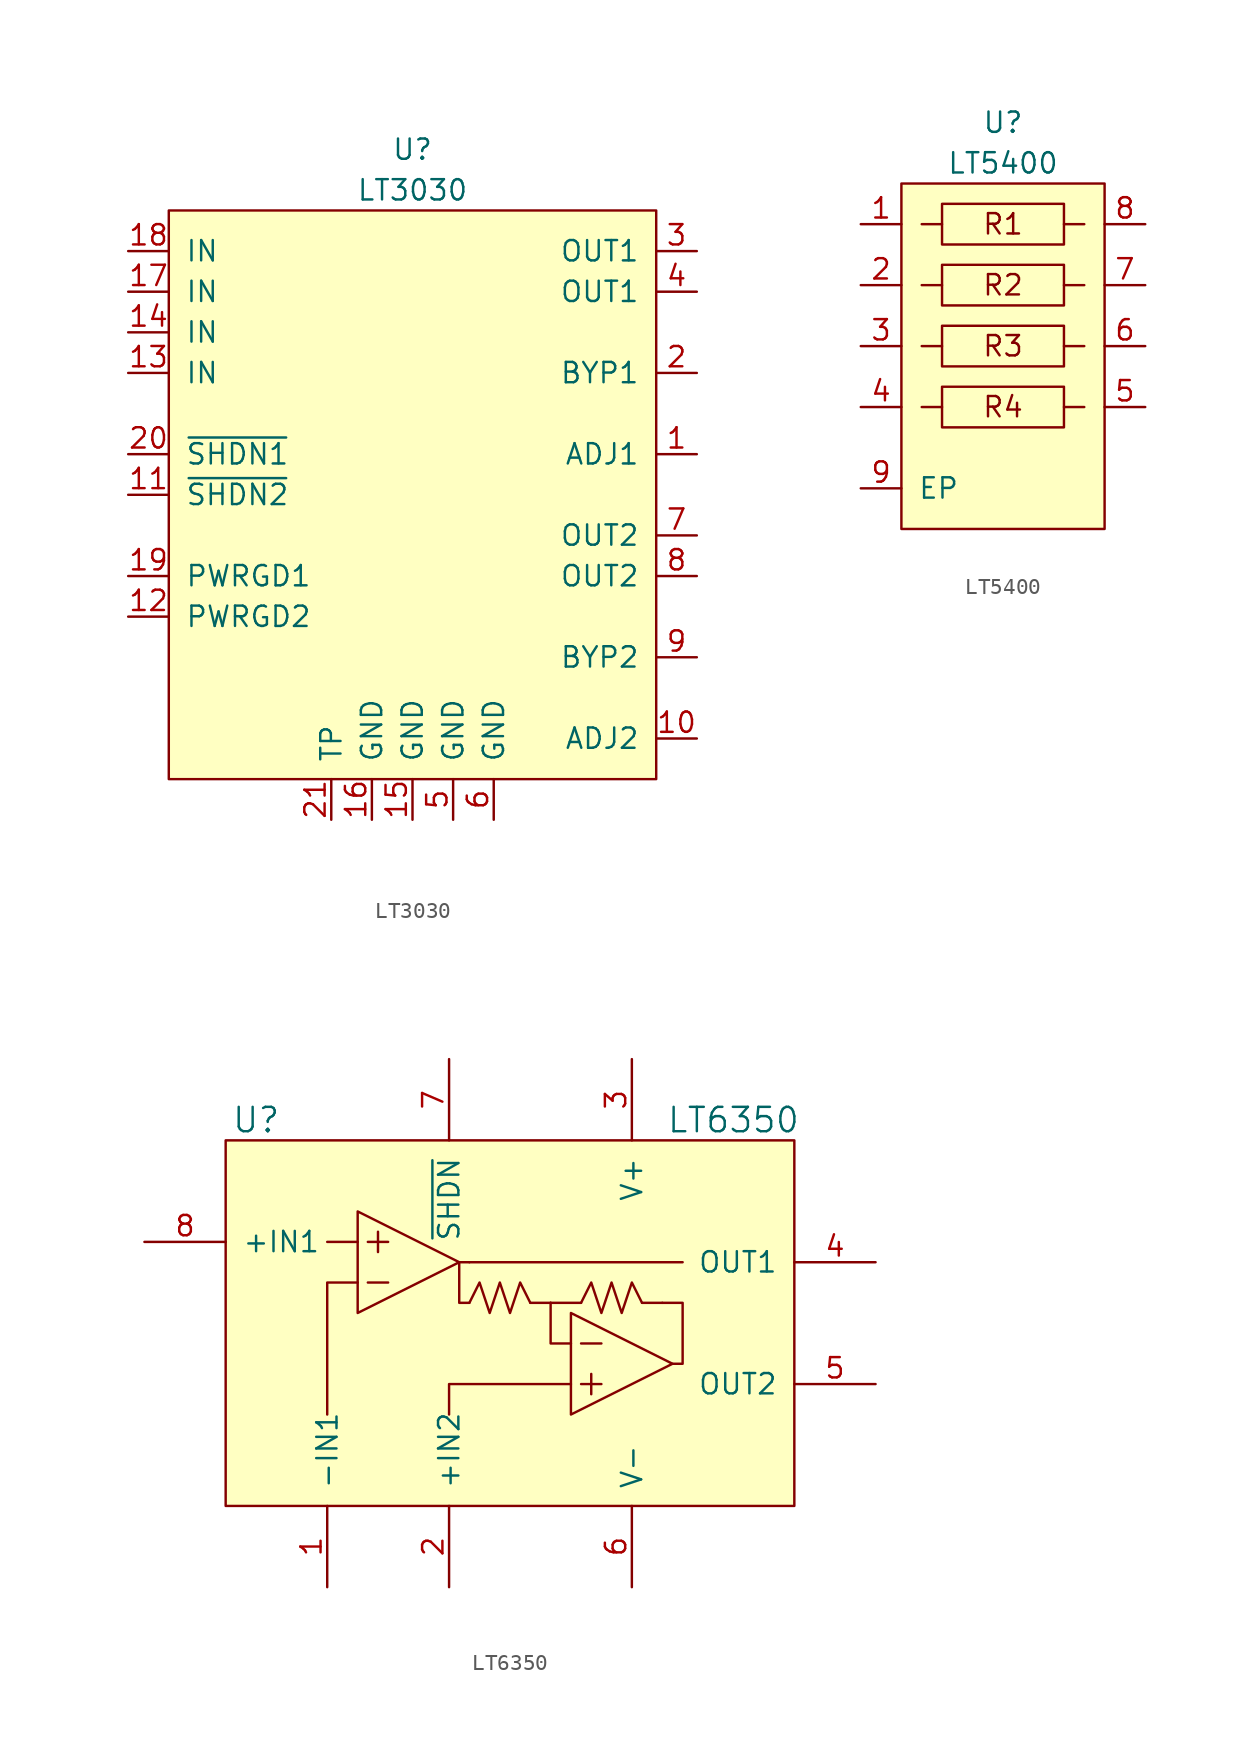
<source format=kicad_sym>
(kicad_symbol_lib
  (version 20211014)
  (generator kicad_symbol_editor)
  (symbol "LT3030"
    (pin_names
      (offset 1.016))
    (property "Reference" "U"
      (at 0 21.59 0)
      (effects (font (size 1.27 1.27))))
    (property "Value" "LT3030"
      (at 0 19.05 0)
      (effects (font (size 1.27 1.27))))
    (symbol "LT3030_0_1"
      (rectangle (start -15.24 -17.78) (end 15.24 17.78) (stroke (width 0) (type default) (color 0 0 0 0)) (fill (type background))))
    (symbol "LT3030_1_1"
      (pin passive line (at 17.78 2.54 180) (length 2.54) (name "ADJ1" (effects (font (size 1.27 1.27)))) (number "1" (effects (font (size 1.27 1.27)))))
      (pin passive line (at 17.78 -15.24 180) (length 2.54) (name "ADJ2" (effects (font (size 1.27 1.27)))) (number "10" (effects (font (size 1.27 1.27)))))
      (pin passive line (at -17.78 0 0) (length 2.54) (name "~{SHDN2}" (effects (font (size 1.27 1.27)))) (number "11" (effects (font (size 1.27 1.27)))))
      (pin passive line (at -17.78 -7.62 0) (length 2.54) (name "PWRGD2" (effects (font (size 1.27 1.27)))) (number "12" (effects (font (size 1.27 1.27)))))
      (pin passive line (at -17.78 7.62 0) (length 2.54) (name "IN" (effects (font (size 1.27 1.27)))) (number "13" (effects (font (size 1.27 1.27)))))
      (pin passive line (at -17.78 10.16 0) (length 2.54) (name "IN" (effects (font (size 1.27 1.27)))) (number "14" (effects (font (size 1.27 1.27)))))
      (pin passive line (at 0 -20.32 90) (length 2.54) (name "GND" (effects (font (size 1.27 1.27)))) (number "15" (effects (font (size 1.27 1.27)))))
      (pin passive line (at -2.54 -20.32 90) (length 2.54) (name "GND" (effects (font (size 1.27 1.27)))) (number "16" (effects (font (size 1.27 1.27)))))
      (pin passive line (at -17.78 12.7 0) (length 2.54) (name "IN" (effects (font (size 1.27 1.27)))) (number "17" (effects (font (size 1.27 1.27)))))
      (pin passive line (at -17.78 15.24 0) (length 2.54) (name "IN" (effects (font (size 1.27 1.27)))) (number "18" (effects (font (size 1.27 1.27)))))
      (pin passive line (at -17.78 -5.08 0) (length 2.54) (name "PWRGD1" (effects (font (size 1.27 1.27)))) (number "19" (effects (font (size 1.27 1.27)))))
      (pin passive line (at 17.78 7.62 180) (length 2.54) (name "BYP1" (effects (font (size 1.27 1.27)))) (number "2" (effects (font (size 1.27 1.27)))))
      (pin passive line (at -17.78 2.54 0) (length 2.54) (name "~{SHDN1}" (effects (font (size 1.27 1.27)))) (number "20" (effects (font (size 1.27 1.27)))))
      (pin passive line (at -5.08 -20.32 90) (length 2.54) (name "TP" (effects (font (size 1.27 1.27)))) (number "21" (effects (font (size 1.27 1.27)))))
      (pin passive line (at 17.78 15.24 180) (length 2.54) (name "OUT1" (effects (font (size 1.27 1.27)))) (number "3" (effects (font (size 1.27 1.27)))))
      (pin passive line (at 17.78 12.7 180) (length 2.54) (name "OUT1" (effects (font (size 1.27 1.27)))) (number "4" (effects (font (size 1.27 1.27)))))
      (pin passive line (at 2.54 -20.32 90) (length 2.54) (name "GND" (effects (font (size 1.27 1.27)))) (number "5" (effects (font (size 1.27 1.27)))))
      (pin passive line (at 5.08 -20.32 90) (length 2.54) (name "GND" (effects (font (size 1.27 1.27)))) (number "6" (effects (font (size 1.27 1.27)))))
      (pin passive line (at 17.78 -2.54 180) (length 2.54) (name "OUT2" (effects (font (size 1.27 1.27)))) (number "7" (effects (font (size 1.27 1.27)))))
      (pin passive line (at 17.78 -5.08 180) (length 2.54) (name "OUT2" (effects (font (size 1.27 1.27)))) (number "8" (effects (font (size 1.27 1.27)))))
      (pin passive line (at 17.78 -10.16 180) (length 2.54) (name "BYP2" (effects (font (size 1.27 1.27)))) (number "9" (effects (font (size 1.27 1.27)))))))
  (symbol "LT5400"
    (pin_names
      (offset 1.016))
    (property "Reference" "U"
      (at 0 13.97 0)
      (effects (font (size 1.27 1.27))))
    (property "Value" "LT5400"
      (at 0 11.43 0)
      (effects (font (size 1.27 1.27))))
    (symbol "LT5400_0_0"
      (polyline (pts (xy -3.81 -3.81) (xy -5.08 -3.81)) (stroke (width 0) (type default) (color 0 0 0 0)) (fill (type none)))
      (polyline (pts (xy -3.81 0) (xy -5.08 0)) (stroke (width 0) (type default) (color 0 0 0 0)) (fill (type none)))
      (polyline (pts (xy -3.81 3.81) (xy -5.08 3.81)) (stroke (width 0) (type default) (color 0 0 0 0)) (fill (type none)))
      (polyline (pts (xy -3.81 7.62) (xy -5.08 7.62)) (stroke (width 0) (type default) (color 0 0 0 0)) (fill (type none)))
      (polyline (pts (xy 3.81 -3.81) (xy 5.08 -3.81)) (stroke (width 0) (type default) (color 0 0 0 0)) (fill (type none)))
      (polyline (pts (xy 3.81 0) (xy 5.08 0)) (stroke (width 0) (type default) (color 0 0 0 0)) (fill (type none)))
      (polyline (pts (xy 3.81 3.81) (xy 5.08 3.81)) (stroke (width 0) (type default) (color 0 0 0 0)) (fill (type none)))
      (polyline (pts (xy 3.81 7.62) (xy 5.08 7.62)) (stroke (width 0) (type default) (color 0 0 0 0)) (fill (type none)))
      (text "R4" (at 0 -3.81 0) (effects (font (size 1.27 1.27)))))
    (symbol "LT5400_0_1"
      (rectangle (start -6.35 10.16) (end 6.35 -11.43) (stroke (width 0) (type default) (color 0 0 0 0)) (fill (type background)))
      (rectangle (start -3.81 -2.54) (end 3.81 -5.08) (stroke (width 0) (type default) (color 0 0 0 0)) (fill (type none))))
    (symbol "LT5400_1_1"
      (rectangle (start -3.81 1.27) (end 3.81 -1.27) (stroke (width 0) (type default) (color 0 0 0 0)) (fill (type none)))
      (rectangle (start -3.81 5.08) (end 3.81 2.54) (stroke (width 0) (type default) (color 0 0 0 0)) (fill (type none)))
      (rectangle (start -3.81 8.89) (end 3.81 6.35) (stroke (width 0) (type default) (color 0 0 0 0)) (fill (type none)))
      (text "R1" (at 0 7.62 0) (effects (font (size 1.27 1.27))))
      (text "R2" (at 0 3.81 0) (effects (font (size 1.27 1.27))))
      (text "R3" (at 0 0 0) (effects (font (size 1.27 1.27))))
      (pin passive line (at -8.89 7.62 0) (length 2.54) (name "~" (effects (font (size 1.27 1.27)))) (number "1" (effects (font (size 1.27 1.27)))))
      (pin passive line (at -8.89 3.81 0) (length 2.54) (name "~" (effects (font (size 1.27 1.27)))) (number "2" (effects (font (size 1.27 1.27)))))
      (pin passive line (at -8.89 0 0) (length 2.54) (name "~" (effects (font (size 1.27 1.27)))) (number "3" (effects (font (size 1.27 1.27)))))
      (pin passive line (at -8.89 -3.81 0) (length 2.54) (name "~" (effects (font (size 1.27 1.27)))) (number "4" (effects (font (size 1.27 1.27)))))
      (pin passive line (at 8.89 -3.81 180) (length 2.54) (name "~" (effects (font (size 1.27 1.27)))) (number "5" (effects (font (size 1.27 1.27)))))
      (pin passive line (at 8.89 0 180) (length 2.54) (name "~" (effects (font (size 1.27 1.27)))) (number "6" (effects (font (size 1.27 1.27)))))
      (pin passive line (at 8.89 3.81 180) (length 2.54) (name "~" (effects (font (size 1.27 1.27)))) (number "7" (effects (font (size 1.27 1.27)))))
      (pin passive line (at 8.89 7.62 180) (length 2.54) (name "~" (effects (font (size 1.27 1.27)))) (number "8" (effects (font (size 1.27 1.27)))))
      (pin passive line (at -8.89 -8.89 0) (length 2.54) (name "EP" (effects (font (size 1.27 1.27)))) (number "9" (effects (font (size 1.27 1.27)))))))
  (symbol "LT6350"
    (pin_names
      (offset 1.016))
    (property "Reference" "U"
      (at -15.875 12.7 0)
      (effects (font (size 1.524 1.524))))
    (property "Value" "LT6350"
      (at 13.97 12.7 0)
      (effects (font (size 1.524 1.524))))
    (symbol "LT6350_0_1"
      (rectangle (start -17.78 11.43) (end 17.78 -11.43) (stroke (width 0) (type default) (color 0 0 0 0)) (fill (type background)))
      (polyline (pts (xy -9.525 5.08) (xy -11.43 5.08)) (stroke (width 0) (type default) (color 0 0 0 0)) (fill (type none)))
      (polyline (pts (xy -8.89 2.54) (xy -7.62 2.54)) (stroke (width 0) (type default) (color 0 0 0 0)) (fill (type none)))
      (polyline (pts (xy -8.89 5.08) (xy -7.62 5.08)) (stroke (width 0) (type default) (color 0 0 0 0)) (fill (type none)))
      (polyline (pts (xy -8.255 5.715) (xy -8.255 4.445)) (stroke (width 0) (type default) (color 0 0 0 0)) (fill (type none)))
      (polyline (pts (xy -2.54 3.81) (xy 10.795 3.81)) (stroke (width 0) (type default) (color 0 0 0 0)) (fill (type none)))
      (polyline (pts (xy 1.27 1.27) (xy 2.54 1.27)) (stroke (width 0) (type default) (color 0 0 0 0)) (fill (type none)))
      (polyline (pts (xy 4.445 -3.81) (xy 5.715 -3.81)) (stroke (width 0) (type default) (color 0 0 0 0)) (fill (type none)))
      (polyline (pts (xy 4.445 -1.27) (xy 5.715 -1.27)) (stroke (width 0) (type default) (color 0 0 0 0)) (fill (type none)))
      (polyline (pts (xy 4.445 1.27) (xy 2.54 1.27)) (stroke (width 0) (type default) (color 0 0 0 0)) (fill (type none)))
      (polyline (pts (xy 5.08 -3.175) (xy 5.08 -4.445)) (stroke (width 0) (type default) (color 0 0 0 0)) (fill (type none)))
      (polyline (pts (xy 8.255 1.27) (xy 9.525 1.27)) (stroke (width 0) (type default) (color 0 0 0 0)) (fill (type none)))
      (polyline (pts (xy -9.525 2.54) (xy -11.43 2.54) (xy -11.43 -5.715)) (stroke (width 0) (type default) (color 0 0 0 0)) (fill (type none)))
      (polyline (pts (xy 3.81 -3.81) (xy -3.81 -3.81) (xy -3.81 -5.715)) (stroke (width 0) (type default) (color 0 0 0 0)) (fill (type none)))
      (polyline (pts (xy 3.81 -1.27) (xy 2.54 -1.27) (xy 2.54 1.27)) (stroke (width 0) (type default) (color 0 0 0 0)) (fill (type none)))
      (polyline (pts (xy -9.525 6.985) (xy -9.525 0.635) (xy -3.175 3.81) (xy -9.525 6.985)) (stroke (width 0) (type default) (color 0 0 0 0)) (fill (type none)))
      (polyline (pts (xy -2.54 1.27) (xy -3.175 1.27) (xy -3.175 3.81) (xy -2.54 3.81)) (stroke (width 0) (type default) (color 0 0 0 0)) (fill (type none)))
      (polyline (pts (xy 3.81 0.635) (xy 3.81 -5.715) (xy 10.16 -2.54) (xy 3.81 0.635)) (stroke (width 0) (type default) (color 0 0 0 0)) (fill (type none)))
      (polyline (pts (xy 9.525 1.27) (xy 10.795 1.27) (xy 10.795 -2.54) (xy 10.16 -2.54)) (stroke (width 0) (type default) (color 0 0 0 0)) (fill (type none)))
      (polyline (pts (xy -2.54 1.27) (xy -1.905 2.54) (xy -1.27 0.635) (xy -0.635 2.54) (xy 0 0.635) (xy 0.635 2.54) (xy 1.27 1.27)) (stroke (width 0) (type default) (color 0 0 0 0)) (fill (type none)))
      (polyline (pts (xy 4.445 1.27) (xy 5.08 2.54) (xy 5.715 0.635) (xy 6.35 2.54) (xy 6.985 0.635) (xy 7.62 2.54) (xy 8.255 1.27)) (stroke (width 0) (type default) (color 0 0 0 0)) (fill (type none))))
    (symbol "LT6350_1_1"
      (pin input line (at -11.43 -16.51 90) (length 5.08) (name "-IN1" (effects (font (size 1.27 1.27)))) (number "1" (effects (font (size 1.27 1.27)))))
      (pin input line (at -3.81 -16.51 90) (length 5.08) (name "+IN2" (effects (font (size 1.27 1.27)))) (number "2" (effects (font (size 1.27 1.27)))))
      (pin passive line (at 7.62 16.51 270) (length 5.08) (name "V+" (effects (font (size 1.27 1.27)))) (number "3" (effects (font (size 1.27 1.27)))))
      (pin output line (at 22.86 3.81 180) (length 5.08) (name "OUT1" (effects (font (size 1.27 1.27)))) (number "4" (effects (font (size 1.27 1.27)))))
      (pin output line (at 22.86 -3.81 180) (length 5.08) (name "OUT2" (effects (font (size 1.27 1.27)))) (number "5" (effects (font (size 1.27 1.27)))))
      (pin passive line (at 7.62 -16.51 90) (length 5.08) (name "V-" (effects (font (size 1.27 1.27)))) (number "6" (effects (font (size 1.27 1.27)))))
      (pin input line (at -3.81 16.51 270) (length 5.08) (name "~{SHDN}" (effects (font (size 1.27 1.27)))) (number "7" (effects (font (size 1.27 1.27)))))
      (pin input line (at -22.86 5.08 0) (length 5.08) (name "+IN1" (effects (font (size 1.27 1.27)))) (number "8" (effects (font (size 1.27 1.27))))))))
</source>
